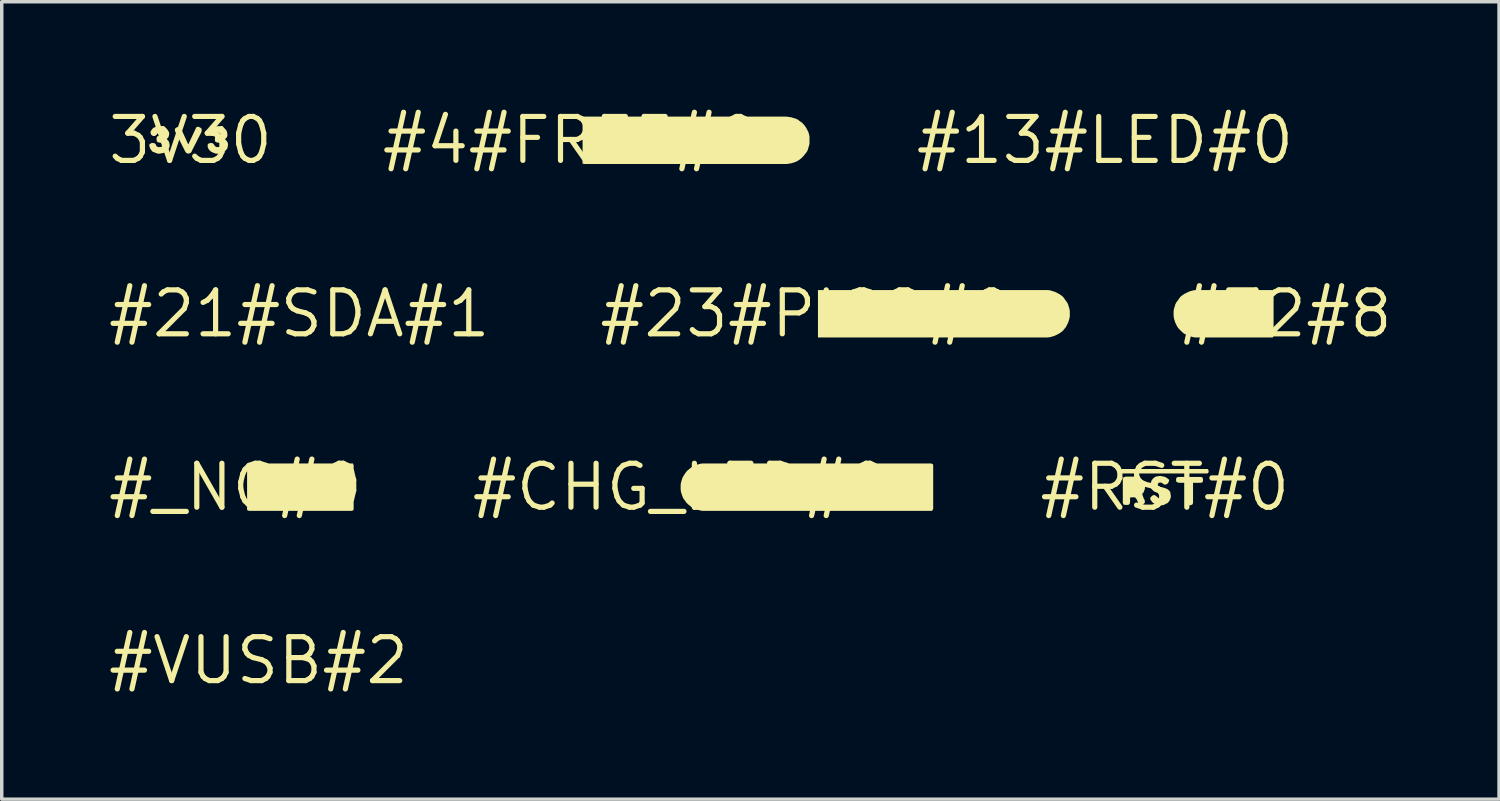
<source format=kicad_pcb>
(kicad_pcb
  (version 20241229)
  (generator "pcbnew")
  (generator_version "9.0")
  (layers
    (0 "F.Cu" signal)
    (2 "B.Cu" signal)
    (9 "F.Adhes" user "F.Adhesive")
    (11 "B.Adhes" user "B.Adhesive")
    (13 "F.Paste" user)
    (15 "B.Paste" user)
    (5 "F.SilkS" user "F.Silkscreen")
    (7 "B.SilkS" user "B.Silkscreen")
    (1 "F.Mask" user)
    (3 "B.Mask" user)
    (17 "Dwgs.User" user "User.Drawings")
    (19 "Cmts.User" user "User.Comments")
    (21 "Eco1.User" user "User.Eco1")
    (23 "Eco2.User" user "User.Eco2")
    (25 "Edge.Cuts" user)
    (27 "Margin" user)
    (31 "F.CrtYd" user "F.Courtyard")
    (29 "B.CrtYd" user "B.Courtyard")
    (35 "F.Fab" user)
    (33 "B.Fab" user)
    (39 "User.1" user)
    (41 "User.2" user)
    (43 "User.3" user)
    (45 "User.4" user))
  (footprint "3V30"
    (layer "F.Cu")
    (at 2.457 1.006)
    (property "Reference" "3V30" (at 0 0 0) (layer "F.SilkS") (effects (font (size 1.27 1.27) (thickness 0.15))))
    (fp_poly (pts (xy -0.286 -0.353) (xy -0.266 -0.322) (xy -0.076 0.097) (xy -0.061 0.111) (xy 0.166 -0.374) (xy 0.21 -0.395) (xy 0.272 -0.374) (xy 0.314 -0.343) (xy 0.325 -0.3) (xy 0.315 -0.238) (xy 0.045 0.292) (xy 0.024 0.343) (xy -0.018 0.375) (xy -0.07 0.385) (xy -0.123 0.364) (xy -0.154 0.323) (xy -0.445 -0.258) (xy -0.455 -0.311) (xy -0.434 -0.354) (xy -0.372 -0.385) (xy -0.318 -0.396)) (stroke (width 0) (type default)) (fill yes) (layer "F.SilkS"))
    (fp_poly (pts (xy -0.686 -0.333) (xy -0.656 -0.293) (xy -0.625 -0.242) (xy -0.615 -0.19) (xy -0.625 -0.129) (xy -0.646 -0.077) (xy -0.684 -0.048) (xy -0.676 -0.023) (xy -0.636 0.017) (xy -0.615 0.069) (xy -0.605 0.12) (xy -0.605 0.181) (xy -0.625 0.232) (xy -0.646 0.273) (xy -0.687 0.314) (xy -0.738 0.344) (xy -0.778 0.365) (xy -0.839 0.375) (xy -0.89 0.385) (xy -0.951 0.385) (xy -1.002 0.365) (xy -1.052 0.345) (xy -1.103 0.324) (xy -1.134 0.283) (xy -1.164 0.242) (xy -1.185 0.181) (xy -1.195 0.128) (xy -1.163 0.096) (xy -1.111 0.075) (xy -1.038 0.085) (xy -1.006 0.117) (xy -0.986 0.167) (xy -0.939 0.195) (xy -0.88 0.195) (xy -0.832 0.185) (xy -0.795 0.148) (xy -0.805 0.103) (xy -0.842 0.075) (xy -0.901 0.065) (xy -0.953 0.054) (xy -0.975 0.022) (xy -0.985 -0.05) (xy -0.964 -0.114) (xy -0.921 -0.125) (xy -0.861 -0.135) (xy -0.815 -0.153) (xy -0.815 -0.188) (xy -0.852 -0.215) (xy -0.909 -0.225) (xy -0.957 -0.196) (xy -0.986 -0.156) (xy -1.028 -0.125) (xy -1.081 -0.125) (xy -1.134 -0.157) (xy -1.155 -0.209) (xy -1.155 -0.251) (xy -1.124 -0.303) (xy -1.083 -0.354) (xy -1.042 -0.375) (xy -0.981 -0.395) (xy -0.931 -0.405) (xy -0.768 -0.415)) (stroke (width 0) (type default)) (fill yes) (layer "F.SilkS"))
    (fp_poly (pts (xy 0.994 -0.333) (xy 1.034 -0.293) (xy 1.055 -0.241) (xy 1.065 -0.19) (xy 1.065 -0.129) (xy 1.044 -0.077) (xy 1.005 -0.047) (xy 1.005 -0.022) (xy 1.044 0.017) (xy 1.075 0.068) (xy 1.085 0.12) (xy 1.075 0.181) (xy 1.065 0.232) (xy 1.034 0.273) (xy 0.993 0.314) (xy 0.952 0.344) (xy 0.901 0.365) (xy 0.851 0.375) (xy 0.79 0.385) (xy 0.729 0.385) (xy 0.678 0.365) (xy 0.628 0.345) (xy 0.587 0.324) (xy 0.546 0.283) (xy 0.516 0.242) (xy 0.495 0.181) (xy 0.495 0.128) (xy 0.517 0.096) (xy 0.58 0.075) (xy 0.642 0.085) (xy 0.674 0.117) (xy 0.704 0.166) (xy 0.751 0.195) (xy 0.8 0.195) (xy 0.848 0.185) (xy 0.885 0.148) (xy 0.885 0.103) (xy 0.838 0.075) (xy 0.789 0.065) (xy 0.738 0.055) (xy 0.705 0.022) (xy 0.705 -0.05) (xy 0.716 -0.114) (xy 0.759 -0.125) (xy 0.828 -0.135) (xy 0.865 -0.153) (xy 0.865 -0.188) (xy 0.828 -0.215) (xy 0.771 -0.225) (xy 0.723 -0.196) (xy 0.694 -0.156) (xy 0.652 -0.125) (xy 0.609 -0.125) (xy 0.546 -0.156) (xy 0.525 -0.21) (xy 0.535 -0.252) (xy 0.566 -0.303) (xy 0.607 -0.354) (xy 0.648 -0.375) (xy 0.699 -0.395) (xy 0.749 -0.405) (xy 0.922 -0.415)) (stroke (width 0) (type default)) (fill yes) (layer "F.SilkS")))
  (footprint "#13#LED#0"
    (layer "F.Cu")
    (at 28.89 1.006)
    (property "Reference" "#13#LED#0" (at 0 0 0) (layer "F.SilkS") (effects (font (size 1.27 1.27) (thickness 0.15))))
    (fp_poly (pts (xy -1.405 0.239) (xy -1.41 0.24) (xy -1.41 0.235) (xy -1.406 0.235)) (stroke (width 0) (type default)) (fill yes) (layer "F.SilkS")))
  (footprint "#23#PICO#0"
    (layer "F.Cu")
    (at 20.258 6.019)
    (property "Reference" "#23#PICO#0" (at 0 0 0) (layer "F.SilkS") (effects (font (size 1.27 1.27) (thickness 0.15))))
    (fp_poly (pts (xy 3.924 -0.224) (xy 3.955 -0.161) (xy 3.955 -0.088) (xy 3.913 -0.036) (xy 3.882 -0.015) (xy 3.74 -0.015) (xy 3.675 -0.026) (xy 3.675 -0.233) (xy 3.719 -0.255) (xy 3.861 -0.255)) (stroke (width 0) (type default)) (fill yes) (layer "F.SilkS"))
    (fp_poly (pts (xy 6.382 -0.255) (xy 6.443 -0.224) (xy 6.494 -0.173) (xy 6.525 -0.112) (xy 6.535 -0.04) (xy 6.535 0.03) (xy 6.525 0.102) (xy 6.484 0.153) (xy 6.433 0.204) (xy 6.372 0.235) (xy 6.31 0.245) (xy 6.239 0.245) (xy 6.177 0.214) (xy 6.127 0.174) (xy 6.075 0.123) (xy 6.055 0.041) (xy 6.055 -0.02) (xy 6.065 -0.091) (xy 6.086 -0.152) (xy 6.136 -0.214) (xy 6.188 -0.254) (xy 6.249 -0.275) (xy 6.321 -0.275)) (stroke (width 0) (type default)) (fill yes) (layer "F.SilkS"))
    (fp_poly (pts (xy 6.98 -0.685) (xy 7.051 -0.675) (xy 7.111 -0.655) (xy 7.182 -0.635) (xy 7.303 -0.574) (xy 7.363 -0.534) (xy 7.414 -0.494) (xy 7.454 -0.443) (xy 7.494 -0.383) (xy 7.534 -0.333) (xy 7.565 -0.272) (xy 7.585 -0.201) (xy 7.605 -0.141) (xy 7.615 -0.07) (xy 7.615 0.07) (xy 7.605 0.131) (xy 7.585 0.201) (xy 7.565 0.262) (xy 7.534 0.322) (xy 7.504 0.383) (xy 7.454 0.443) (xy 7.414 0.494) (xy 7.363 0.534) (xy 7.303 0.574) (xy 7.182 0.635) (xy 7.121 0.655) (xy 7.051 0.675) (xy 6.98 0.685) (xy 0.335 0.685) (xy 0.335 -0.685)) (stroke (width 0) (type default)) (fill yes) (layer "F.SilkS")))
  (footprint "#VUSB#2"
    (layer "F.Cu")
    (at 4.422 16.043)
    (property "Reference" "#VUSB#2" (at 0 0 0) (layer "F.SilkS") (effects (font (size 1.27 1.27) (thickness 0.15))))
    (fp_poly (pts (xy -1.298 0.235) (xy -1.3 0.24) (xy -1.3 0.235) (xy -1.299 0.235)) (stroke (width 0) (type default)) (fill yes) (layer "F.SilkS")))
  (footprint "#4#FREE#0"
    (layer "F.Cu")
    (at 13.454 1.006)
    (property "Reference" "#4#FREE#0" (at 0 0 0) (layer "F.SilkS") (effects (font (size 1.27 1.27) (thickness 0.15))))
    (fp_poly (pts (xy 3.852 -0.255) (xy 3.914 -0.213) (xy 3.935 -0.15) (xy 3.925 -0.077) (xy 3.872 -0.035) (xy 3.81 -0.025) (xy 3.667 -0.025) (xy 3.655 -0.049) (xy 3.655 -0.254) (xy 3.72 -0.265) (xy 3.79 -0.265)) (stroke (width 0) (type default)) (fill yes) (layer "F.SilkS"))
    (fp_poly (pts (xy 6.23 -0.685) (xy 6.301 -0.675) (xy 6.371 -0.665) (xy 6.431 -0.645) (xy 6.502 -0.625) (xy 6.563 -0.594) (xy 6.613 -0.554) (xy 6.673 -0.514) (xy 6.724 -0.463) (xy 6.764 -0.413) (xy 6.804 -0.353) (xy 6.865 -0.232) (xy 6.885 -0.161) (xy 6.895 -0.1) (xy 6.895 0.101) (xy 6.875 0.171) (xy 6.855 0.241) (xy 6.835 0.302) (xy 6.794 0.363) (xy 6.754 0.413) (xy 6.714 0.463) (xy 6.663 0.514) (xy 6.613 0.554) (xy 6.553 0.594) (xy 6.492 0.625) (xy 6.431 0.645) (xy 6.361 0.665) (xy 6.301 0.675) (xy 6.23 0.685) (xy 0.4 0.685) (xy 0.335 0.674) (xy 0.335 -0.62) (xy 0.346 -0.685)) (stroke (width 0) (type default)) (fill yes) (layer "F.SilkS")))
  (footprint "#32#8"
    (layer "F.Cu")
    (at 34.098 6.019)
    (property "Reference" "#32#8" (at 0 0 0) (layer "F.SilkS") (effects (font (size 1.27 1.27) (thickness 0.15))))
    (fp_poly (pts (xy -0.378 -0.685) (xy -0.335 -0.652) (xy -0.335 0.641) (xy -0.357 0.685) (xy -2.6 0.685) (xy -2.671 0.675) (xy -2.731 0.655) (xy -2.802 0.635) (xy -2.923 0.574) (xy -2.973 0.534) (xy -3.024 0.484) (xy -3.074 0.433) (xy -3.114 0.383) (xy -3.175 0.262) (xy -3.195 0.201) (xy -3.215 0.131) (xy -3.225 0.06) (xy -3.225 -0.07) (xy -3.215 -0.141) (xy -3.195 -0.201) (xy -3.175 -0.272) (xy -3.144 -0.333) (xy -3.104 -0.383) (xy -3.064 -0.443) (xy -3.024 -0.494) (xy -2.973 -0.534) (xy -2.913 -0.574) (xy -2.792 -0.635) (xy -2.731 -0.655) (xy -2.661 -0.675) (xy -2.59 -0.685)) (stroke (width 0) (type default)) (fill yes) (layer "F.SilkS")))
  (footprint "#_NC#0"
    (layer "F.Cu")
    (at 3.757 11.031)
    (property "Reference" "#_NC#0" (at 0 0 0) (layer "F.SilkS") (effects (font (size 1.27 1.27) (thickness 0.15))))
    (fp_poly (pts (xy 3.393 -0.685) (xy 3.415 -0.631) (xy 3.415 0.652) (xy 3.372 0.685) (xy 0.389 0.685) (xy 0.335 0.663) (xy 0.335 -0.631) (xy 0.357 -0.685)) (stroke (width 0) (type default)) (fill yes) (layer "F.SilkS")))
  (footprint "#CHG_LED#0"
    (layer "F.Cu")
    (at 16.629 11.031)
    (property "Reference" "#CHG_LED#0" (at 0 0 0) (layer "F.SilkS") (effects (font (size 1.27 1.27) (thickness 0.15))))
    (fp_poly (pts (xy 6.443 -0.224) (xy 6.493 -0.184) (xy 6.544 -0.133) (xy 6.565 -0.071) (xy 6.575 0) (xy 6.565 0.072) (xy 6.534 0.133) (xy 6.494 0.183) (xy 6.443 0.234) (xy 6.421 0.245) (xy 6.206 0.245) (xy 6.195 0.19) (xy 6.195 -0.223) (xy 6.238 -0.255) (xy 6.381 -0.255)) (stroke (width 0) (type default)) (fill yes) (layer "F.SilkS"))
    (fp_poly (pts (xy 7.241 -0.685) (xy 7.295 -0.653) (xy 7.295 0.631) (xy 7.263 0.685) (xy 0.63 0.685) (xy 0.559 0.675) (xy 0.499 0.655) (xy 0.428 0.635) (xy 0.307 0.574) (xy 0.257 0.534) (xy 0.207 0.494) (xy 0.156 0.443) (xy 0.116 0.383) (xy 0.076 0.333) (xy 0.045 0.262) (xy 0.025 0.202) (xy 0.005 0.141) (xy -0.005 0.07) (xy -0.005 -0.07) (xy 0.005 -0.131) (xy 0.025 -0.201) (xy 0.045 -0.262) (xy 0.076 -0.323) (xy 0.116 -0.383) (xy 0.156 -0.443) (xy 0.197 -0.484) (xy 0.257 -0.534) (xy 0.307 -0.574) (xy 0.428 -0.635) (xy 0.489 -0.655) (xy 0.559 -0.675) (xy 0.63 -0.685)) (stroke (width 0) (type default)) (fill yes) (layer "F.SilkS")))
  (footprint "#21#SDA#1"
    (layer "F.Cu")
    (at 5.601 6.019)
    (property "Reference" "#21#SDA#1" (at 0 0 0) (layer "F.SilkS") (effects (font (size 1.27 1.27) (thickness 0.15))))
    (fp_poly (pts (xy -2.538 0.236) (xy -2.54 0.24) (xy -2.54 0.235) (xy -2.539 0.235)) (stroke (width 0) (type default)) (fill yes) (layer "F.SilkS")))
  (footprint "#RST#0"
    (layer "F.Cu")
    (at 30.62 11.031)
    (property "Reference" "#RST#0" (at 0 0 0) (layer "F.SilkS") (effects (font (size 1.27 1.27) (thickness 0.15))))
    (fp_poly (pts (xy 1.265 -0.492) (xy 1.265 -0.428) (xy 1.232 -0.395) (xy -1.255 -0.395) (xy -1.265 -0.525) (xy 1.232 -0.525)) (stroke (width 0) (type default)) (fill yes) (layer "F.SilkS"))
    (fp_poly (pts (xy 1.095 -0.273) (xy 1.105 -0.21) (xy 1.094 -0.146) (xy 1.041 -0.125) (xy 0.815 -0.125) (xy 0.815 0.461) (xy 0.794 0.504) (xy 0.73 0.525) (xy 0.668 0.515) (xy 0.625 0.483) (xy 0.615 0.43) (xy 0.615 -0.089) (xy 0.597 -0.125) (xy 0.43 -0.125) (xy 0.368 -0.135) (xy 0.325 -0.168) (xy 0.325 -0.241) (xy 0.347 -0.285) (xy 0.41 -0.295) (xy 1.051 -0.295)) (stroke (width 0) (type default)) (fill yes) (layer "F.SilkS"))
    (fp_poly (pts (xy -0.778 -0.285) (xy -0.727 -0.264) (xy -0.681 -0.227) (xy -0.68 -0.227) (xy -0.677 -0.224) (xy -0.673 -0.221) (xy -0.673 -0.22) (xy -0.636 -0.183) (xy -0.606 -0.132) (xy -0.585 -0.081) (xy -0.575 -0.02) (xy -0.575 0.041) (xy -0.595 0.102) (xy -0.616 0.153) (xy -0.654 0.192) (xy -0.645 0.229) (xy -0.606 0.338) (xy -0.585 0.368) (xy -0.575 0.431) (xy -0.596 0.473) (xy -0.658 0.515) (xy -0.711 0.525) (xy -0.754 0.493) (xy -0.814 0.353) (xy -0.862 0.295) (xy -0.969 0.295) (xy -1.005 0.304) (xy -1.005 0.42) (xy -1.015 0.483) (xy -1.058 0.515) (xy -1.13 0.515) (xy -1.194 0.504) (xy -1.215 0.451) (xy -1.215 -0.241) (xy -1.194 -0.284) (xy -1.131 -0.305) (xy -0.839 -0.305)) (stroke (width 0) (type default)) (fill yes) (layer "F.SilkS"))
    (fp_poly (pts (xy -0.079 -0.315) (xy -0.029 -0.305) (xy 0.032 -0.284) (xy 0.073 -0.254) (xy 0.126 -0.212) (xy 0.115 -0.158) (xy 0.084 -0.106) (xy 0.031 -0.075) (xy -0.022 -0.075) (xy -0.073 -0.116) (xy -0.121 -0.135) (xy -0.177 -0.125) (xy -0.205 -0.089) (xy -0.196 -0.034) (xy -0.148 -0.015) (xy -0.039 0.015) (xy 0.022 0.035) (xy 0.072 0.056) (xy 0.114 0.086) (xy 0.155 0.138) (xy 0.165 0.199) (xy 0.175 0.26) (xy 0.165 0.321) (xy 0.144 0.372) (xy 0.114 0.423) (xy 0.073 0.464) (xy 0.022 0.484) (xy -0.028 0.515) (xy -0.09 0.525) (xy -0.15 0.525) (xy -0.201 0.515) (xy -0.262 0.505) (xy -0.313 0.474) (xy -0.364 0.434) (xy -0.394 0.393) (xy -0.425 0.341) (xy -0.415 0.297) (xy -0.363 0.246) (xy -0.31 0.225) (xy -0.267 0.246) (xy -0.217 0.286) (xy -0.168 0.325) (xy -0.111 0.325) (xy -0.054 0.306) (xy -0.035 0.269) (xy -0.044 0.223) (xy -0.092 0.195) (xy -0.151 0.185) (xy -0.212 0.165) (xy -0.262 0.145) (xy -0.313 0.124) (xy -0.354 0.084) (xy -0.395 0.042) (xy -0.405 -0.019) (xy -0.415 -0.08) (xy -0.405 -0.131) (xy -0.384 -0.192) (xy -0.354 -0.233) (xy -0.313 -0.274) (xy -0.262 -0.305) (xy -0.14 -0.325)) (stroke (width 0) (type default)) (fill yes) (layer "F.SilkS")))
  (gr_rect
    (start -3 -3)
    (end 40.28 20.05)
    (stroke (width 0.1) (type default))
    (fill no)
    (layer "Edge.Cuts")))
</source>
